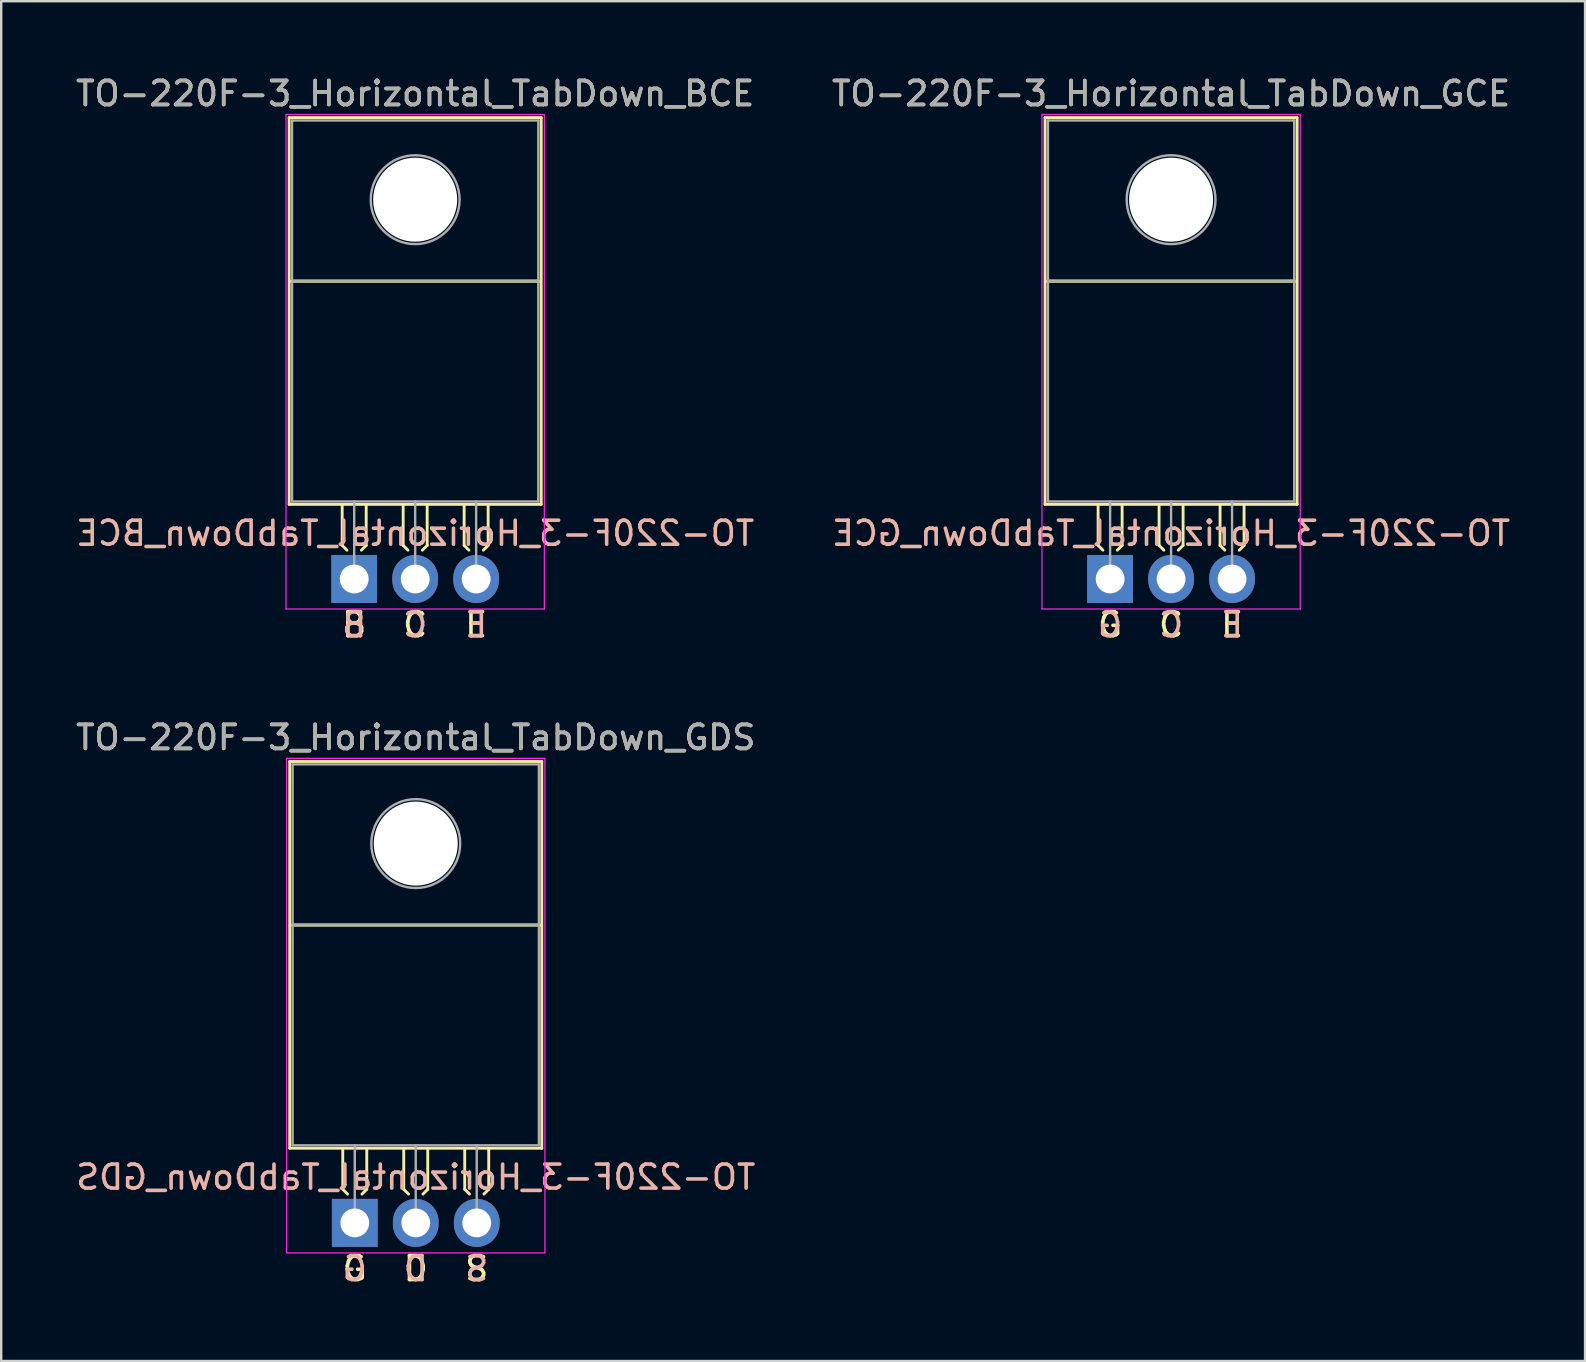
<source format=kicad_pcb>
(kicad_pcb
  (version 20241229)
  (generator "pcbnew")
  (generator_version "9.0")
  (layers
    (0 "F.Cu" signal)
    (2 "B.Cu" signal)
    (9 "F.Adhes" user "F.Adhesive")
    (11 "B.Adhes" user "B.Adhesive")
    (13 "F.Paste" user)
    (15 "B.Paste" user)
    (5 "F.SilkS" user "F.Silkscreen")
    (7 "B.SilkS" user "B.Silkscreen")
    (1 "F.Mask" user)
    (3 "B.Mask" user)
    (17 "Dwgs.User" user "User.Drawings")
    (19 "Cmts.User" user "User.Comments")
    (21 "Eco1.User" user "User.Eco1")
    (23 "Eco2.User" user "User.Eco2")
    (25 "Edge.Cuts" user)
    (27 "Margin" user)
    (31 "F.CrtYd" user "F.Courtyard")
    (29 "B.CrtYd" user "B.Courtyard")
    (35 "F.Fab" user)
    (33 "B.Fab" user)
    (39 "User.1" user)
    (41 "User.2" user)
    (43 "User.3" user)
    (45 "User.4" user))
  (footprint "TO-220F-3_Horizontal_TabDown_GCE"
    (layer "F.Cu")
    (at 43.192 21.068)
    (property "Reference" "TO-220F-3_Horizontal_TabDown_GCE" (at 2.54 -20.22 0) (layer "F.SilkS") (effects (font (size 1 1) (thickness 0.15))))
    (fp_line (start -2.71 -19.22) (end -2.71 -3.11) (stroke (width 0.12) (type solid)) (layer "F.SilkS"))
    (fp_line (start -2.71 -19.22) (end 7.79 -19.22) (stroke (width 0.12) (type solid)) (layer "F.SilkS"))
    (fp_line (start -2.71 -3.11) (end 7.79 -3.11) (stroke (width 0.12) (type solid)) (layer "F.SilkS"))
    (fp_line (start -2.7 -12.4) (end 7.75 -12.4) (stroke (width 0.12) (type solid)) (layer "F.SilkS"))
    (fp_line (start -0.5 -3.048) (end -0.5 -1.4) (stroke (width 0.12) (type solid)) (layer "F.SilkS"))
    (fp_line (start -0.5 -1.4) (end -0.3 -1.2) (stroke (width 0.12) (type solid)) (layer "F.SilkS"))
    (fp_line (start 0.5 -3.048) (end 0.5 -1.4) (stroke (width 0.12) (type solid)) (layer "F.SilkS"))
    (fp_line (start 0.5 -1.4) (end 0.3 -1.2) (stroke (width 0.12) (type solid)) (layer "F.SilkS"))
    (fp_line (start 2.04 -3.048) (end 2.04 -1.4) (stroke (width 0.12) (type solid)) (layer "F.SilkS"))
    (fp_line (start 2.04 -1.4) (end 2.24 -1.2) (stroke (width 0.12) (type solid)) (layer "F.SilkS"))
    (fp_line (start 3.04 -3.048) (end 3.04 -1.4) (stroke (width 0.12) (type solid)) (layer "F.SilkS"))
    (fp_line (start 3.04 -1.4) (end 2.84 -1.2) (stroke (width 0.12) (type solid)) (layer "F.SilkS"))
    (fp_line (start 4.58 -3.048) (end 4.58 -1.4) (stroke (width 0.12) (type solid)) (layer "F.SilkS"))
    (fp_line (start 4.58 -1.4) (end 4.78 -1.2) (stroke (width 0.12) (type solid)) (layer "F.SilkS"))
    (fp_line (start 5.58 -3.048) (end 5.58 -1.4) (stroke (width 0.12) (type solid)) (layer "F.SilkS"))
    (fp_line (start 5.58 -1.4) (end 5.38 -1.2) (stroke (width 0.12) (type solid)) (layer "F.SilkS"))
    (fp_line (start 7.79 -19.22) (end 7.79 -3.11) (stroke (width 0.12) (type solid)) (layer "F.SilkS"))
    (fp_line (start -2.84 -19.35) (end -2.84 1.25) (stroke (width 0.05) (type solid)) (layer "F.CrtYd"))
    (fp_line (start -2.84 1.25) (end 7.92 1.25) (stroke (width 0.05) (type solid)) (layer "F.CrtYd"))
    (fp_line (start 7.92 -19.35) (end -2.84 -19.35) (stroke (width 0.05) (type solid)) (layer "F.CrtYd"))
    (fp_line (start 7.92 1.25) (end 7.92 -19.35) (stroke (width 0.05) (type solid)) (layer "F.CrtYd"))
    (fp_line (start -2.59 -19.1) (end 7.67 -19.1) (stroke (width 0.1) (type solid)) (layer "F.Fab"))
    (fp_line (start -2.59 -12.42) (end -2.59 -19.1) (stroke (width 0.1) (type solid)) (layer "F.Fab"))
    (fp_line (start -2.59 -12.42) (end 7.67 -12.42) (stroke (width 0.1) (type solid)) (layer "F.Fab"))
    (fp_line (start -2.59 -3.23) (end -2.59 -12.42) (stroke (width 0.1) (type solid)) (layer "F.Fab"))
    (fp_line (start 0 -3.23) (end 0 0) (stroke (width 0.1) (type solid)) (layer "F.Fab"))
    (fp_line (start 2.54 -3.23) (end 2.54 0) (stroke (width 0.1) (type solid)) (layer "F.Fab"))
    (fp_line (start 5.08 -3.23) (end 5.08 0) (stroke (width 0.1) (type solid)) (layer "F.Fab"))
    (fp_line (start 7.67 -19.1) (end 7.67 -12.42) (stroke (width 0.1) (type solid)) (layer "F.Fab"))
    (fp_line (start 7.67 -12.42) (end -2.59 -12.42) (stroke (width 0.1) (type solid)) (layer "F.Fab"))
    (fp_line (start 7.67 -12.42) (end 7.67 -3.23) (stroke (width 0.1) (type solid)) (layer "F.Fab"))
    (fp_line (start 7.67 -3.23) (end -2.59 -3.23) (stroke (width 0.1) (type solid)) (layer "F.Fab"))
    (fp_circle (center 2.54 -15.8) (end 4.39 -15.8) (stroke (width 0.1) (type solid)) (fill no) (layer "F.Fab"))
    (fp_text user "G" (at 0 1.905 0) (unlocked yes) (layer "F.SilkS") (effects (font (size 1 1) (thickness 0.15))))
    (fp_text user "C" (at 2.54 1.905 0) (unlocked yes) (layer "F.SilkS") (effects (font (size 1 1) (thickness 0.15))))
    (fp_text user "E" (at 5.08 1.905 0) (unlocked yes) (layer "F.SilkS") (effects (font (size 1 1) (thickness 0.15))))
    (fp_text user "C" (at 2.54 1.905 0) (unlocked yes) (layer "B.SilkS") (effects (font (size 1 1) (thickness 0.15)) (justify mirror)))
    (fp_text user "E" (at 5.08 1.905 0) (unlocked yes) (layer "B.SilkS") (effects (font (size 1 1) (thickness 0.15)) (justify mirror)))
    (fp_text user "G" (at 0 1.905 0) (unlocked yes) (layer "B.SilkS") (effects (font (size 1 1) (thickness 0.15)) (justify mirror)))
    (fp_text user "${REFERENCE}" (at 2.54 -1.905 0) (layer "B.SilkS") (effects (font (size 1 1) (thickness 0.15)) (justify mirror)))
    (fp_text user "${REFERENCE}" (at 2.54 -20.22 0) (layer "F.Fab") (effects (font (size 1 1) (thickness 0.15))))
    (pad "" np_thru_hole oval (at 2.54 -15.8) (size 3.5 3.5) (drill 3.5) (layers "*.Cu" "*.Mask"))
    (pad "1" thru_hole rect (at 0 0) (size 1.905 2) (drill 1.2) (layers "*.Cu" "*.Mask"))
    (pad "2" thru_hole oval (at 2.54 0) (size 1.905 2) (drill 1.2) (layers "*.Cu" "*.Mask"))
    (pad "3" thru_hole oval (at 5.08 0) (size 1.905 2) (drill 1.2) (layers "*.Cu" "*.Mask")))
  (footprint "TO-220F-3_Horizontal_TabDown_GDS"
    (layer "F.Cu")
    (at 11.728 47.89)
    (property "Reference" "TO-220F-3_Horizontal_TabDown_GDS" (at 2.54 -20.22 0) (layer "F.SilkS") (effects (font (size 1 1) (thickness 0.15))))
    (fp_line (start -2.71 -19.22) (end -2.71 -3.11) (stroke (width 0.12) (type solid)) (layer "F.SilkS"))
    (fp_line (start -2.71 -19.22) (end 7.79 -19.22) (stroke (width 0.12) (type solid)) (layer "F.SilkS"))
    (fp_line (start -2.71 -3.11) (end 7.79 -3.11) (stroke (width 0.12) (type solid)) (layer "F.SilkS"))
    (fp_line (start -2.7 -12.4) (end 7.75 -12.4) (stroke (width 0.12) (type solid)) (layer "F.SilkS"))
    (fp_line (start -0.5 -3.048) (end -0.5 -1.4) (stroke (width 0.12) (type solid)) (layer "F.SilkS"))
    (fp_line (start -0.5 -1.4) (end -0.3 -1.2) (stroke (width 0.12) (type solid)) (layer "F.SilkS"))
    (fp_line (start 0.5 -3.048) (end 0.5 -1.4) (stroke (width 0.12) (type solid)) (layer "F.SilkS"))
    (fp_line (start 0.5 -1.4) (end 0.3 -1.2) (stroke (width 0.12) (type solid)) (layer "F.SilkS"))
    (fp_line (start 2.04 -3.048) (end 2.04 -1.4) (stroke (width 0.12) (type solid)) (layer "F.SilkS"))
    (fp_line (start 2.04 -1.4) (end 2.24 -1.2) (stroke (width 0.12) (type solid)) (layer "F.SilkS"))
    (fp_line (start 3.04 -3.048) (end 3.04 -1.4) (stroke (width 0.12) (type solid)) (layer "F.SilkS"))
    (fp_line (start 3.04 -1.4) (end 2.84 -1.2) (stroke (width 0.12) (type solid)) (layer "F.SilkS"))
    (fp_line (start 4.58 -3.048) (end 4.58 -1.4) (stroke (width 0.12) (type solid)) (layer "F.SilkS"))
    (fp_line (start 4.58 -1.4) (end 4.78 -1.2) (stroke (width 0.12) (type solid)) (layer "F.SilkS"))
    (fp_line (start 5.58 -3.048) (end 5.58 -1.4) (stroke (width 0.12) (type solid)) (layer "F.SilkS"))
    (fp_line (start 5.58 -1.4) (end 5.38 -1.2) (stroke (width 0.12) (type solid)) (layer "F.SilkS"))
    (fp_line (start 7.79 -19.22) (end 7.79 -3.11) (stroke (width 0.12) (type solid)) (layer "F.SilkS"))
    (fp_line (start -2.84 -19.35) (end -2.84 1.25) (stroke (width 0.05) (type solid)) (layer "F.CrtYd"))
    (fp_line (start -2.84 1.25) (end 7.92 1.25) (stroke (width 0.05) (type solid)) (layer "F.CrtYd"))
    (fp_line (start 7.92 -19.35) (end -2.84 -19.35) (stroke (width 0.05) (type solid)) (layer "F.CrtYd"))
    (fp_line (start 7.92 1.25) (end 7.92 -19.35) (stroke (width 0.05) (type solid)) (layer "F.CrtYd"))
    (fp_line (start -2.59 -19.1) (end 7.67 -19.1) (stroke (width 0.1) (type solid)) (layer "F.Fab"))
    (fp_line (start -2.59 -12.42) (end -2.59 -19.1) (stroke (width 0.1) (type solid)) (layer "F.Fab"))
    (fp_line (start -2.59 -12.42) (end 7.67 -12.42) (stroke (width 0.1) (type solid)) (layer "F.Fab"))
    (fp_line (start -2.59 -3.23) (end -2.59 -12.42) (stroke (width 0.1) (type solid)) (layer "F.Fab"))
    (fp_line (start 0 -3.23) (end 0 0) (stroke (width 0.1) (type solid)) (layer "F.Fab"))
    (fp_line (start 2.54 -3.23) (end 2.54 0) (stroke (width 0.1) (type solid)) (layer "F.Fab"))
    (fp_line (start 5.08 -3.23) (end 5.08 0) (stroke (width 0.1) (type solid)) (layer "F.Fab"))
    (fp_line (start 7.67 -19.1) (end 7.67 -12.42) (stroke (width 0.1) (type solid)) (layer "F.Fab"))
    (fp_line (start 7.67 -12.42) (end -2.59 -12.42) (stroke (width 0.1) (type solid)) (layer "F.Fab"))
    (fp_line (start 7.67 -12.42) (end 7.67 -3.23) (stroke (width 0.1) (type solid)) (layer "F.Fab"))
    (fp_line (start 7.67 -3.23) (end -2.59 -3.23) (stroke (width 0.1) (type solid)) (layer "F.Fab"))
    (fp_circle (center 2.54 -15.8) (end 4.39 -15.8) (stroke (width 0.1) (type solid)) (fill no) (layer "F.Fab"))
    (fp_text user "G" (at 0 1.905 0) (unlocked yes) (layer "F.SilkS") (effects (font (size 1 1) (thickness 0.15))))
    (fp_text user "S" (at 5.08 1.905 0) (unlocked yes) (layer "F.SilkS") (effects (font (size 1 1) (thickness 0.15))))
    (fp_text user "D" (at 2.54 1.905 0) (unlocked yes) (layer "F.SilkS") (effects (font (size 1 1) (thickness 0.15))))
    (fp_text user "S" (at 5.08 1.905 0) (unlocked yes) (layer "B.SilkS") (effects (font (size 1 1) (thickness 0.15)) (justify mirror)))
    (fp_text user "${REFERENCE}" (at 2.54 -1.905 0) (layer "B.SilkS") (effects (font (size 1 1) (thickness 0.15)) (justify mirror)))
    (fp_text user "D" (at 2.54 1.905 0) (unlocked yes) (layer "B.SilkS") (effects (font (size 1 1) (thickness 0.15)) (justify mirror)))
    (fp_text user "G" (at 0 1.905 0) (unlocked yes) (layer "B.SilkS") (effects (font (size 1 1) (thickness 0.15)) (justify mirror)))
    (fp_text user "${REFERENCE}" (at 2.54 -20.22 0) (layer "F.Fab") (effects (font (size 1 1) (thickness 0.15))))
    (pad "" np_thru_hole oval (at 2.54 -15.8) (size 3.5 3.5) (drill 3.5) (layers "*.Cu" "*.Mask"))
    (pad "1" thru_hole rect (at 0 0) (size 1.905 2) (drill 1.2) (layers "*.Cu" "*.Mask"))
    (pad "2" thru_hole oval (at 2.54 0) (size 1.905 2) (drill 1.2) (layers "*.Cu" "*.Mask"))
    (pad "3" thru_hole oval (at 5.08 0) (size 1.905 2) (drill 1.2) (layers "*.Cu" "*.Mask")))
  (footprint "TO-220F-3_Horizontal_TabDown_BCE"
    (layer "F.Cu")
    (at 11.704 21.068)
    (property "Reference" "TO-220F-3_Horizontal_TabDown_BCE" (at 2.54 -20.22 0) (layer "F.SilkS") (effects (font (size 1 1) (thickness 0.15))))
    (fp_line (start -2.71 -19.22) (end -2.71 -3.11) (stroke (width 0.12) (type solid)) (layer "F.SilkS"))
    (fp_line (start -2.71 -19.22) (end 7.79 -19.22) (stroke (width 0.12) (type solid)) (layer "F.SilkS"))
    (fp_line (start -2.71 -3.11) (end 7.79 -3.11) (stroke (width 0.12) (type solid)) (layer "F.SilkS"))
    (fp_line (start -2.7 -12.4) (end 7.75 -12.4) (stroke (width 0.12) (type solid)) (layer "F.SilkS"))
    (fp_line (start -0.5 -3.048) (end -0.5 -1.4) (stroke (width 0.12) (type solid)) (layer "F.SilkS"))
    (fp_line (start -0.5 -1.4) (end -0.3 -1.2) (stroke (width 0.12) (type solid)) (layer "F.SilkS"))
    (fp_line (start 0.5 -3.048) (end 0.5 -1.4) (stroke (width 0.12) (type solid)) (layer "F.SilkS"))
    (fp_line (start 0.5 -1.4) (end 0.3 -1.2) (stroke (width 0.12) (type solid)) (layer "F.SilkS"))
    (fp_line (start 2.04 -3.048) (end 2.04 -1.4) (stroke (width 0.12) (type solid)) (layer "F.SilkS"))
    (fp_line (start 2.04 -1.4) (end 2.24 -1.2) (stroke (width 0.12) (type solid)) (layer "F.SilkS"))
    (fp_line (start 3.04 -3.048) (end 3.04 -1.4) (stroke (width 0.12) (type solid)) (layer "F.SilkS"))
    (fp_line (start 3.04 -1.4) (end 2.84 -1.2) (stroke (width 0.12) (type solid)) (layer "F.SilkS"))
    (fp_line (start 4.58 -3.048) (end 4.58 -1.4) (stroke (width 0.12) (type solid)) (layer "F.SilkS"))
    (fp_line (start 4.58 -1.4) (end 4.78 -1.2) (stroke (width 0.12) (type solid)) (layer "F.SilkS"))
    (fp_line (start 5.58 -3.048) (end 5.58 -1.4) (stroke (width 0.12) (type solid)) (layer "F.SilkS"))
    (fp_line (start 5.58 -1.4) (end 5.38 -1.2) (stroke (width 0.12) (type solid)) (layer "F.SilkS"))
    (fp_line (start 7.79 -19.22) (end 7.79 -3.11) (stroke (width 0.12) (type solid)) (layer "F.SilkS"))
    (fp_line (start -2.84 -19.35) (end -2.84 1.25) (stroke (width 0.05) (type solid)) (layer "F.CrtYd"))
    (fp_line (start -2.84 1.25) (end 7.92 1.25) (stroke (width 0.05) (type solid)) (layer "F.CrtYd"))
    (fp_line (start 7.92 -19.35) (end -2.84 -19.35) (stroke (width 0.05) (type solid)) (layer "F.CrtYd"))
    (fp_line (start 7.92 1.25) (end 7.92 -19.35) (stroke (width 0.05) (type solid)) (layer "F.CrtYd"))
    (fp_line (start -2.59 -19.1) (end 7.67 -19.1) (stroke (width 0.1) (type solid)) (layer "F.Fab"))
    (fp_line (start -2.59 -12.42) (end -2.59 -19.1) (stroke (width 0.1) (type solid)) (layer "F.Fab"))
    (fp_line (start -2.59 -12.42) (end 7.67 -12.42) (stroke (width 0.1) (type solid)) (layer "F.Fab"))
    (fp_line (start -2.59 -3.23) (end -2.59 -12.42) (stroke (width 0.1) (type solid)) (layer "F.Fab"))
    (fp_line (start 0 -3.23) (end 0 0) (stroke (width 0.1) (type solid)) (layer "F.Fab"))
    (fp_line (start 2.54 -3.23) (end 2.54 0) (stroke (width 0.1) (type solid)) (layer "F.Fab"))
    (fp_line (start 5.08 -3.23) (end 5.08 0) (stroke (width 0.1) (type solid)) (layer "F.Fab"))
    (fp_line (start 7.67 -19.1) (end 7.67 -12.42) (stroke (width 0.1) (type solid)) (layer "F.Fab"))
    (fp_line (start 7.67 -12.42) (end -2.59 -12.42) (stroke (width 0.1) (type solid)) (layer "F.Fab"))
    (fp_line (start 7.67 -12.42) (end 7.67 -3.23) (stroke (width 0.1) (type solid)) (layer "F.Fab"))
    (fp_line (start 7.67 -3.23) (end -2.59 -3.23) (stroke (width 0.1) (type solid)) (layer "F.Fab"))
    (fp_circle (center 2.54 -15.8) (end 4.39 -15.8) (stroke (width 0.1) (type solid)) (fill no) (layer "F.Fab"))
    (fp_text user "C" (at 2.54 1.905 0) (unlocked yes) (layer "F.SilkS") (effects (font (size 1 1) (thickness 0.15))))
    (fp_text user "E" (at 5.08 1.905 0) (unlocked yes) (layer "F.SilkS") (effects (font (size 1 1) (thickness 0.15))))
    (fp_text user "B" (at 0 1.905 0) (unlocked yes) (layer "F.SilkS") (effects (font (size 1 1) (thickness 0.15))))
    (fp_text user "${REFERENCE}" (at 2.54 -1.905 0) (layer "B.SilkS") (effects (font (size 1 1) (thickness 0.15)) (justify mirror)))
    (fp_text user "E" (at 5.08 1.905 0) (unlocked yes) (layer "B.SilkS") (effects (font (size 1 1) (thickness 0.15)) (justify mirror)))
    (fp_text user "C" (at 2.54 1.905 0) (unlocked yes) (layer "B.SilkS") (effects (font (size 1 1) (thickness 0.15)) (justify mirror)))
    (fp_text user "B" (at 0 1.905 0) (unlocked yes) (layer "B.SilkS") (effects (font (size 1 1) (thickness 0.15)) (justify mirror)))
    (fp_text user "${REFERENCE}" (at 2.54 -20.22 0) (layer "F.Fab") (effects (font (size 1 1) (thickness 0.15))))
    (pad "" np_thru_hole oval (at 2.54 -15.8) (size 3.5 3.5) (drill 3.5) (layers "*.Cu" "*.Mask"))
    (pad "1" thru_hole rect (at 0 0) (size 1.905 2) (drill 1.2) (layers "*.Cu" "*.Mask"))
    (pad "2" thru_hole oval (at 2.54 0) (size 1.905 2) (drill 1.2) (layers "*.Cu" "*.Mask"))
    (pad "3" thru_hole oval (at 5.08 0) (size 1.905 2) (drill 1.2) (layers "*.Cu" "*.Mask")))
  (gr_rect
    (start -3 -3)
    (end 62.976 53.643)
    (stroke (width 0.1) (type default))
    (fill no)
    (layer "Edge.Cuts")))
</source>
